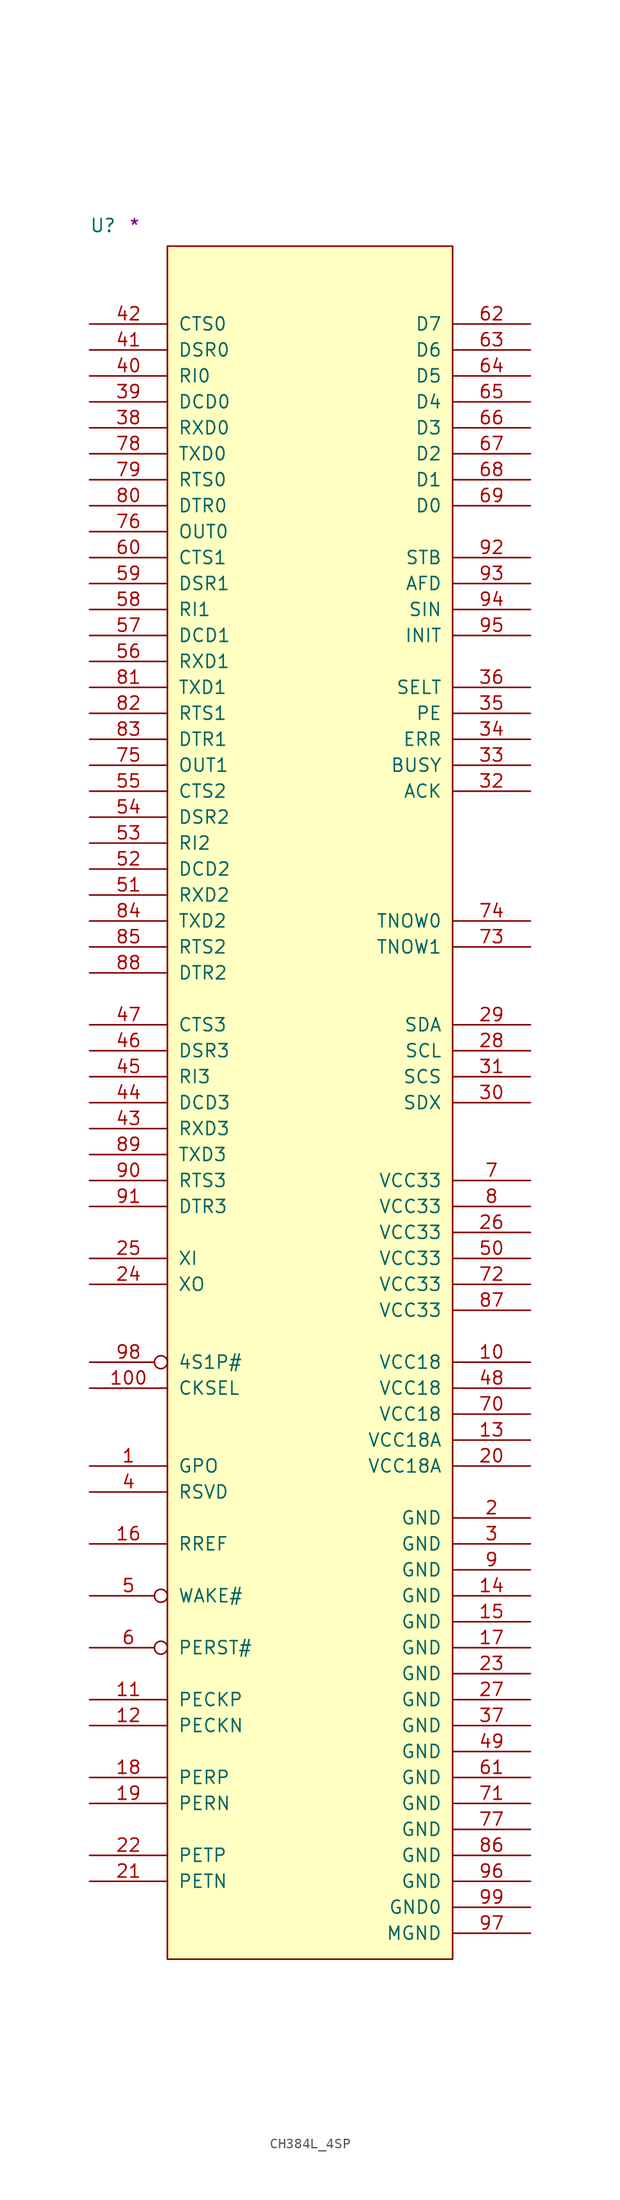
<source format=kicad_sym>
(kicad_symbol_lib
  (version 20211014)
  (generator kicad_symbol_editor)
  (symbol "CH384L_4SP"
    (pin_names
      (offset 1.016))
    (property "Reference" "U"
      (at -7.62 1.27 0)
      (effects (font (size 1.27 1.27)) (justify left bottom)))
    (property "Comment" "*"
      (at -3.81 1.27 0)
      (effects (font (size 1.27 1.27)) (justify left bottom)))
    (symbol "CH384L_4SP_1_1"
      (rectangle (start 0 -167.64) (end 27.94 0) (stroke (width 0) (type default) (color 0 0 0 0)) (fill (type background)))
      (pin output line (at -7.62 -119.38 0) (length 7.62) (name "GPO" (effects (font (size 1.27 1.27)))) (number "1" (effects (font (size 1.27 1.27)))))
      (pin power_in line (at 35.56 -109.22 180) (length 7.62) (name "VCC18" (effects (font (size 1.27 1.27)))) (number "10" (effects (font (size 1.27 1.27)))))
      (pin input line (at -7.62 -111.76 0) (length 7.62) (name "CKSEL" (effects (font (size 1.27 1.27)))) (number "100" (effects (font (size 1.27 1.27)))))
      (pin input line (at -7.62 -142.24 0) (length 7.62) (name "PECKP" (effects (font (size 1.27 1.27)))) (number "11" (effects (font (size 1.27 1.27)))))
      (pin input line (at -7.62 -144.78 0) (length 7.62) (name "PECKN" (effects (font (size 1.27 1.27)))) (number "12" (effects (font (size 1.27 1.27)))))
      (pin power_in line (at 35.56 -116.84 180) (length 7.62) (name "VCC18A" (effects (font (size 1.27 1.27)))) (number "13" (effects (font (size 1.27 1.27)))))
      (pin power_in line (at 35.56 -132.08 180) (length 7.62) (name "GND" (effects (font (size 1.27 1.27)))) (number "14" (effects (font (size 1.27 1.27)))))
      (pin power_in line (at 35.56 -134.62 180) (length 7.62) (name "GND" (effects (font (size 1.27 1.27)))) (number "15" (effects (font (size 1.27 1.27)))))
      (pin bidirectional line (at -7.62 -127 0) (length 7.62) (name "RREF" (effects (font (size 1.27 1.27)))) (number "16" (effects (font (size 1.27 1.27)))))
      (pin power_in line (at 35.56 -137.16 180) (length 7.62) (name "GND" (effects (font (size 1.27 1.27)))) (number "17" (effects (font (size 1.27 1.27)))))
      (pin input line (at -7.62 -149.86 0) (length 7.62) (name "PERP" (effects (font (size 1.27 1.27)))) (number "18" (effects (font (size 1.27 1.27)))))
      (pin input line (at -7.62 -152.4 0) (length 7.62) (name "PERN" (effects (font (size 1.27 1.27)))) (number "19" (effects (font (size 1.27 1.27)))))
      (pin power_in line (at 35.56 -124.46 180) (length 7.62) (name "GND" (effects (font (size 1.27 1.27)))) (number "2" (effects (font (size 1.27 1.27)))))
      (pin power_in line (at 35.56 -119.38 180) (length 7.62) (name "VCC18A" (effects (font (size 1.27 1.27)))) (number "20" (effects (font (size 1.27 1.27)))))
      (pin output line (at -7.62 -160.02 0) (length 7.62) (name "PETN" (effects (font (size 1.27 1.27)))) (number "21" (effects (font (size 1.27 1.27)))))
      (pin output line (at -7.62 -157.48 0) (length 7.62) (name "PETP" (effects (font (size 1.27 1.27)))) (number "22" (effects (font (size 1.27 1.27)))))
      (pin power_in line (at 35.56 -139.7 180) (length 7.62) (name "GND" (effects (font (size 1.27 1.27)))) (number "23" (effects (font (size 1.27 1.27)))))
      (pin bidirectional line (at -7.62 -101.6 0) (length 7.62) (name "XO" (effects (font (size 1.27 1.27)))) (number "24" (effects (font (size 1.27 1.27)))))
      (pin input line (at -7.62 -99.06 0) (length 7.62) (name "XI" (effects (font (size 1.27 1.27)))) (number "25" (effects (font (size 1.27 1.27)))))
      (pin power_in line (at 35.56 -96.52 180) (length 7.62) (name "VCC33" (effects (font (size 1.27 1.27)))) (number "26" (effects (font (size 1.27 1.27)))))
      (pin power_in line (at 35.56 -142.24 180) (length 7.62) (name "GND" (effects (font (size 1.27 1.27)))) (number "27" (effects (font (size 1.27 1.27)))))
      (pin output line (at 35.56 -78.74 180) (length 7.62) (name "SCL" (effects (font (size 1.27 1.27)))) (number "28" (effects (font (size 1.27 1.27)))))
      (pin bidirectional line (at 35.56 -76.2 180) (length 7.62) (name "SDA" (effects (font (size 1.27 1.27)))) (number "29" (effects (font (size 1.27 1.27)))))
      (pin power_in line (at 35.56 -127 180) (length 7.62) (name "GND" (effects (font (size 1.27 1.27)))) (number "3" (effects (font (size 1.27 1.27)))))
      (pin bidirectional line (at 35.56 -83.82 180) (length 7.62) (name "SDX" (effects (font (size 1.27 1.27)))) (number "30" (effects (font (size 1.27 1.27)))))
      (pin output line (at 35.56 -81.28 180) (length 7.62) (name "SCS" (effects (font (size 1.27 1.27)))) (number "31" (effects (font (size 1.27 1.27)))))
      (pin input line (at 35.56 -53.34 180) (length 7.62) (name "ACK" (effects (font (size 1.27 1.27)))) (number "32" (effects (font (size 1.27 1.27)))))
      (pin input line (at 35.56 -50.8 180) (length 7.62) (name "BUSY" (effects (font (size 1.27 1.27)))) (number "33" (effects (font (size 1.27 1.27)))))
      (pin input line (at 35.56 -48.26 180) (length 7.62) (name "ERR" (effects (font (size 1.27 1.27)))) (number "34" (effects (font (size 1.27 1.27)))))
      (pin input line (at 35.56 -45.72 180) (length 7.62) (name "PE" (effects (font (size 1.27 1.27)))) (number "35" (effects (font (size 1.27 1.27)))))
      (pin input line (at 35.56 -43.18 180) (length 7.62) (name "SELT" (effects (font (size 1.27 1.27)))) (number "36" (effects (font (size 1.27 1.27)))))
      (pin power_in line (at 35.56 -144.78 180) (length 7.62) (name "GND" (effects (font (size 1.27 1.27)))) (number "37" (effects (font (size 1.27 1.27)))))
      (pin input line (at -7.62 -17.78 0) (length 7.62) (name "RXD0" (effects (font (size 1.27 1.27)))) (number "38" (effects (font (size 1.27 1.27)))))
      (pin input line (at -7.62 -15.24 0) (length 7.62) (name "DCD0" (effects (font (size 1.27 1.27)))) (number "39" (effects (font (size 1.27 1.27)))))
      (pin input line (at -7.62 -121.92 0) (length 7.62) (name "RSVD" (effects (font (size 1.27 1.27)))) (number "4" (effects (font (size 1.27 1.27)))))
      (pin input line (at -7.62 -12.7 0) (length 7.62) (name "RI0" (effects (font (size 1.27 1.27)))) (number "40" (effects (font (size 1.27 1.27)))))
      (pin input line (at -7.62 -10.16 0) (length 7.62) (name "DSR0" (effects (font (size 1.27 1.27)))) (number "41" (effects (font (size 1.27 1.27)))))
      (pin input line (at -7.62 -7.62 0) (length 7.62) (name "CTS0" (effects (font (size 1.27 1.27)))) (number "42" (effects (font (size 1.27 1.27)))))
      (pin input line (at -7.62 -86.36 0) (length 7.62) (name "RXD3" (effects (font (size 1.27 1.27)))) (number "43" (effects (font (size 1.27 1.27)))))
      (pin input line (at -7.62 -83.82 0) (length 7.62) (name "DCD3" (effects (font (size 1.27 1.27)))) (number "44" (effects (font (size 1.27 1.27)))))
      (pin input line (at -7.62 -81.28 0) (length 7.62) (name "RI3" (effects (font (size 1.27 1.27)))) (number "45" (effects (font (size 1.27 1.27)))))
      (pin input line (at -7.62 -78.74 0) (length 7.62) (name "DSR3" (effects (font (size 1.27 1.27)))) (number "46" (effects (font (size 1.27 1.27)))))
      (pin input line (at -7.62 -76.2 0) (length 7.62) (name "CTS3" (effects (font (size 1.27 1.27)))) (number "47" (effects (font (size 1.27 1.27)))))
      (pin power_in line (at 35.56 -111.76 180) (length 7.62) (name "VCC18" (effects (font (size 1.27 1.27)))) (number "48" (effects (font (size 1.27 1.27)))))
      (pin power_in line (at 35.56 -147.32 180) (length 7.62) (name "GND" (effects (font (size 1.27 1.27)))) (number "49" (effects (font (size 1.27 1.27)))))
      (pin open_collector inverted (at -7.62 -132.08 0) (length 7.62) (name "WAKE#" (effects (font (size 1.27 1.27)))) (number "5" (effects (font (size 1.27 1.27)))))
      (pin power_in line (at 35.56 -99.06 180) (length 7.62) (name "VCC33" (effects (font (size 1.27 1.27)))) (number "50" (effects (font (size 1.27 1.27)))))
      (pin input line (at -7.62 -63.5 0) (length 7.62) (name "RXD2" (effects (font (size 1.27 1.27)))) (number "51" (effects (font (size 1.27 1.27)))))
      (pin input line (at -7.62 -60.96 0) (length 7.62) (name "DCD2" (effects (font (size 1.27 1.27)))) (number "52" (effects (font (size 1.27 1.27)))))
      (pin input line (at -7.62 -58.42 0) (length 7.62) (name "RI2" (effects (font (size 1.27 1.27)))) (number "53" (effects (font (size 1.27 1.27)))))
      (pin input line (at -7.62 -55.88 0) (length 7.62) (name "DSR2" (effects (font (size 1.27 1.27)))) (number "54" (effects (font (size 1.27 1.27)))))
      (pin input line (at -7.62 -53.34 0) (length 7.62) (name "CTS2" (effects (font (size 1.27 1.27)))) (number "55" (effects (font (size 1.27 1.27)))))
      (pin input line (at -7.62 -40.64 0) (length 7.62) (name "RXD1" (effects (font (size 1.27 1.27)))) (number "56" (effects (font (size 1.27 1.27)))))
      (pin input line (at -7.62 -38.1 0) (length 7.62) (name "DCD1" (effects (font (size 1.27 1.27)))) (number "57" (effects (font (size 1.27 1.27)))))
      (pin input line (at -7.62 -35.56 0) (length 7.62) (name "RI1" (effects (font (size 1.27 1.27)))) (number "58" (effects (font (size 1.27 1.27)))))
      (pin input line (at -7.62 -33.02 0) (length 7.62) (name "DSR1" (effects (font (size 1.27 1.27)))) (number "59" (effects (font (size 1.27 1.27)))))
      (pin input inverted (at -7.62 -137.16 0) (length 7.62) (name "PERST#" (effects (font (size 1.27 1.27)))) (number "6" (effects (font (size 1.27 1.27)))))
      (pin input line (at -7.62 -30.48 0) (length 7.62) (name "CTS1" (effects (font (size 1.27 1.27)))) (number "60" (effects (font (size 1.27 1.27)))))
      (pin power_in line (at 35.56 -149.86 180) (length 7.62) (name "GND" (effects (font (size 1.27 1.27)))) (number "61" (effects (font (size 1.27 1.27)))))
      (pin bidirectional line (at 35.56 -7.62 180) (length 7.62) (name "D7" (effects (font (size 1.27 1.27)))) (number "62" (effects (font (size 1.27 1.27)))))
      (pin bidirectional line (at 35.56 -10.16 180) (length 7.62) (name "D6" (effects (font (size 1.27 1.27)))) (number "63" (effects (font (size 1.27 1.27)))))
      (pin bidirectional line (at 35.56 -12.7 180) (length 7.62) (name "D5" (effects (font (size 1.27 1.27)))) (number "64" (effects (font (size 1.27 1.27)))))
      (pin bidirectional line (at 35.56 -15.24 180) (length 7.62) (name "D4" (effects (font (size 1.27 1.27)))) (number "65" (effects (font (size 1.27 1.27)))))
      (pin bidirectional line (at 35.56 -17.78 180) (length 7.62) (name "D3" (effects (font (size 1.27 1.27)))) (number "66" (effects (font (size 1.27 1.27)))))
      (pin bidirectional line (at 35.56 -20.32 180) (length 7.62) (name "D2" (effects (font (size 1.27 1.27)))) (number "67" (effects (font (size 1.27 1.27)))))
      (pin bidirectional line (at 35.56 -22.86 180) (length 7.62) (name "D1" (effects (font (size 1.27 1.27)))) (number "68" (effects (font (size 1.27 1.27)))))
      (pin bidirectional line (at 35.56 -25.4 180) (length 7.62) (name "D0" (effects (font (size 1.27 1.27)))) (number "69" (effects (font (size 1.27 1.27)))))
      (pin power_in line (at 35.56 -91.44 180) (length 7.62) (name "VCC33" (effects (font (size 1.27 1.27)))) (number "7" (effects (font (size 1.27 1.27)))))
      (pin power_in line (at 35.56 -114.3 180) (length 7.62) (name "VCC18" (effects (font (size 1.27 1.27)))) (number "70" (effects (font (size 1.27 1.27)))))
      (pin power_in line (at 35.56 -152.4 180) (length 7.62) (name "GND" (effects (font (size 1.27 1.27)))) (number "71" (effects (font (size 1.27 1.27)))))
      (pin power_in line (at 35.56 -101.6 180) (length 7.62) (name "VCC33" (effects (font (size 1.27 1.27)))) (number "72" (effects (font (size 1.27 1.27)))))
      (pin output line (at 35.56 -68.58 180) (length 7.62) (name "TNOW1" (effects (font (size 1.27 1.27)))) (number "73" (effects (font (size 1.27 1.27)))))
      (pin output line (at 35.56 -66.04 180) (length 7.62) (name "TNOW0" (effects (font (size 1.27 1.27)))) (number "74" (effects (font (size 1.27 1.27)))))
      (pin output line (at -7.62 -50.8 0) (length 7.62) (name "OUT1" (effects (font (size 1.27 1.27)))) (number "75" (effects (font (size 1.27 1.27)))))
      (pin output line (at -7.62 -27.94 0) (length 7.62) (name "OUT0" (effects (font (size 1.27 1.27)))) (number "76" (effects (font (size 1.27 1.27)))))
      (pin power_in line (at 35.56 -154.94 180) (length 7.62) (name "GND" (effects (font (size 1.27 1.27)))) (number "77" (effects (font (size 1.27 1.27)))))
      (pin output line (at -7.62 -20.32 0) (length 7.62) (name "TXD0" (effects (font (size 1.27 1.27)))) (number "78" (effects (font (size 1.27 1.27)))))
      (pin output line (at -7.62 -22.86 0) (length 7.62) (name "RTS0" (effects (font (size 1.27 1.27)))) (number "79" (effects (font (size 1.27 1.27)))))
      (pin power_in line (at 35.56 -93.98 180) (length 7.62) (name "VCC33" (effects (font (size 1.27 1.27)))) (number "8" (effects (font (size 1.27 1.27)))))
      (pin output line (at -7.62 -25.4 0) (length 7.62) (name "DTR0" (effects (font (size 1.27 1.27)))) (number "80" (effects (font (size 1.27 1.27)))))
      (pin output line (at -7.62 -43.18 0) (length 7.62) (name "TXD1" (effects (font (size 1.27 1.27)))) (number "81" (effects (font (size 1.27 1.27)))))
      (pin output line (at -7.62 -45.72 0) (length 7.62) (name "RTS1" (effects (font (size 1.27 1.27)))) (number "82" (effects (font (size 1.27 1.27)))))
      (pin output line (at -7.62 -48.26 0) (length 7.62) (name "DTR1" (effects (font (size 1.27 1.27)))) (number "83" (effects (font (size 1.27 1.27)))))
      (pin output line (at -7.62 -66.04 0) (length 7.62) (name "TXD2" (effects (font (size 1.27 1.27)))) (number "84" (effects (font (size 1.27 1.27)))))
      (pin output line (at -7.62 -68.58 0) (length 7.62) (name "RTS2" (effects (font (size 1.27 1.27)))) (number "85" (effects (font (size 1.27 1.27)))))
      (pin power_in line (at 35.56 -157.48 180) (length 7.62) (name "GND" (effects (font (size 1.27 1.27)))) (number "86" (effects (font (size 1.27 1.27)))))
      (pin power_in line (at 35.56 -104.14 180) (length 7.62) (name "VCC33" (effects (font (size 1.27 1.27)))) (number "87" (effects (font (size 1.27 1.27)))))
      (pin output line (at -7.62 -71.12 0) (length 7.62) (name "DTR2" (effects (font (size 1.27 1.27)))) (number "88" (effects (font (size 1.27 1.27)))))
      (pin output line (at -7.62 -88.9 0) (length 7.62) (name "TXD3" (effects (font (size 1.27 1.27)))) (number "89" (effects (font (size 1.27 1.27)))))
      (pin power_in line (at 35.56 -129.54 180) (length 7.62) (name "GND" (effects (font (size 1.27 1.27)))) (number "9" (effects (font (size 1.27 1.27)))))
      (pin output line (at -7.62 -91.44 0) (length 7.62) (name "RTS3" (effects (font (size 1.27 1.27)))) (number "90" (effects (font (size 1.27 1.27)))))
      (pin output line (at -7.62 -93.98 0) (length 7.62) (name "DTR3" (effects (font (size 1.27 1.27)))) (number "91" (effects (font (size 1.27 1.27)))))
      (pin output line (at 35.56 -30.48 180) (length 7.62) (name "STB" (effects (font (size 1.27 1.27)))) (number "92" (effects (font (size 1.27 1.27)))))
      (pin output line (at 35.56 -33.02 180) (length 7.62) (name "AFD" (effects (font (size 1.27 1.27)))) (number "93" (effects (font (size 1.27 1.27)))))
      (pin output line (at 35.56 -35.56 180) (length 7.62) (name "SIN" (effects (font (size 1.27 1.27)))) (number "94" (effects (font (size 1.27 1.27)))))
      (pin output line (at 35.56 -38.1 180) (length 7.62) (name "INIT" (effects (font (size 1.27 1.27)))) (number "95" (effects (font (size 1.27 1.27)))))
      (pin power_in line (at 35.56 -160.02 180) (length 7.62) (name "GND" (effects (font (size 1.27 1.27)))) (number "96" (effects (font (size 1.27 1.27)))))
      (pin input line (at 35.56 -165.1 180) (length 7.62) (name "MGND" (effects (font (size 1.27 1.27)))) (number "97" (effects (font (size 1.27 1.27)))))
      (pin input inverted (at -7.62 -109.22 0) (length 7.62) (name "4S1P#" (effects (font (size 1.27 1.27)))) (number "98" (effects (font (size 1.27 1.27)))))
      (pin input line (at 35.56 -162.56 180) (length 7.62) (name "GND0" (effects (font (size 1.27 1.27)))) (number "99" (effects (font (size 1.27 1.27))))))))
</source>
